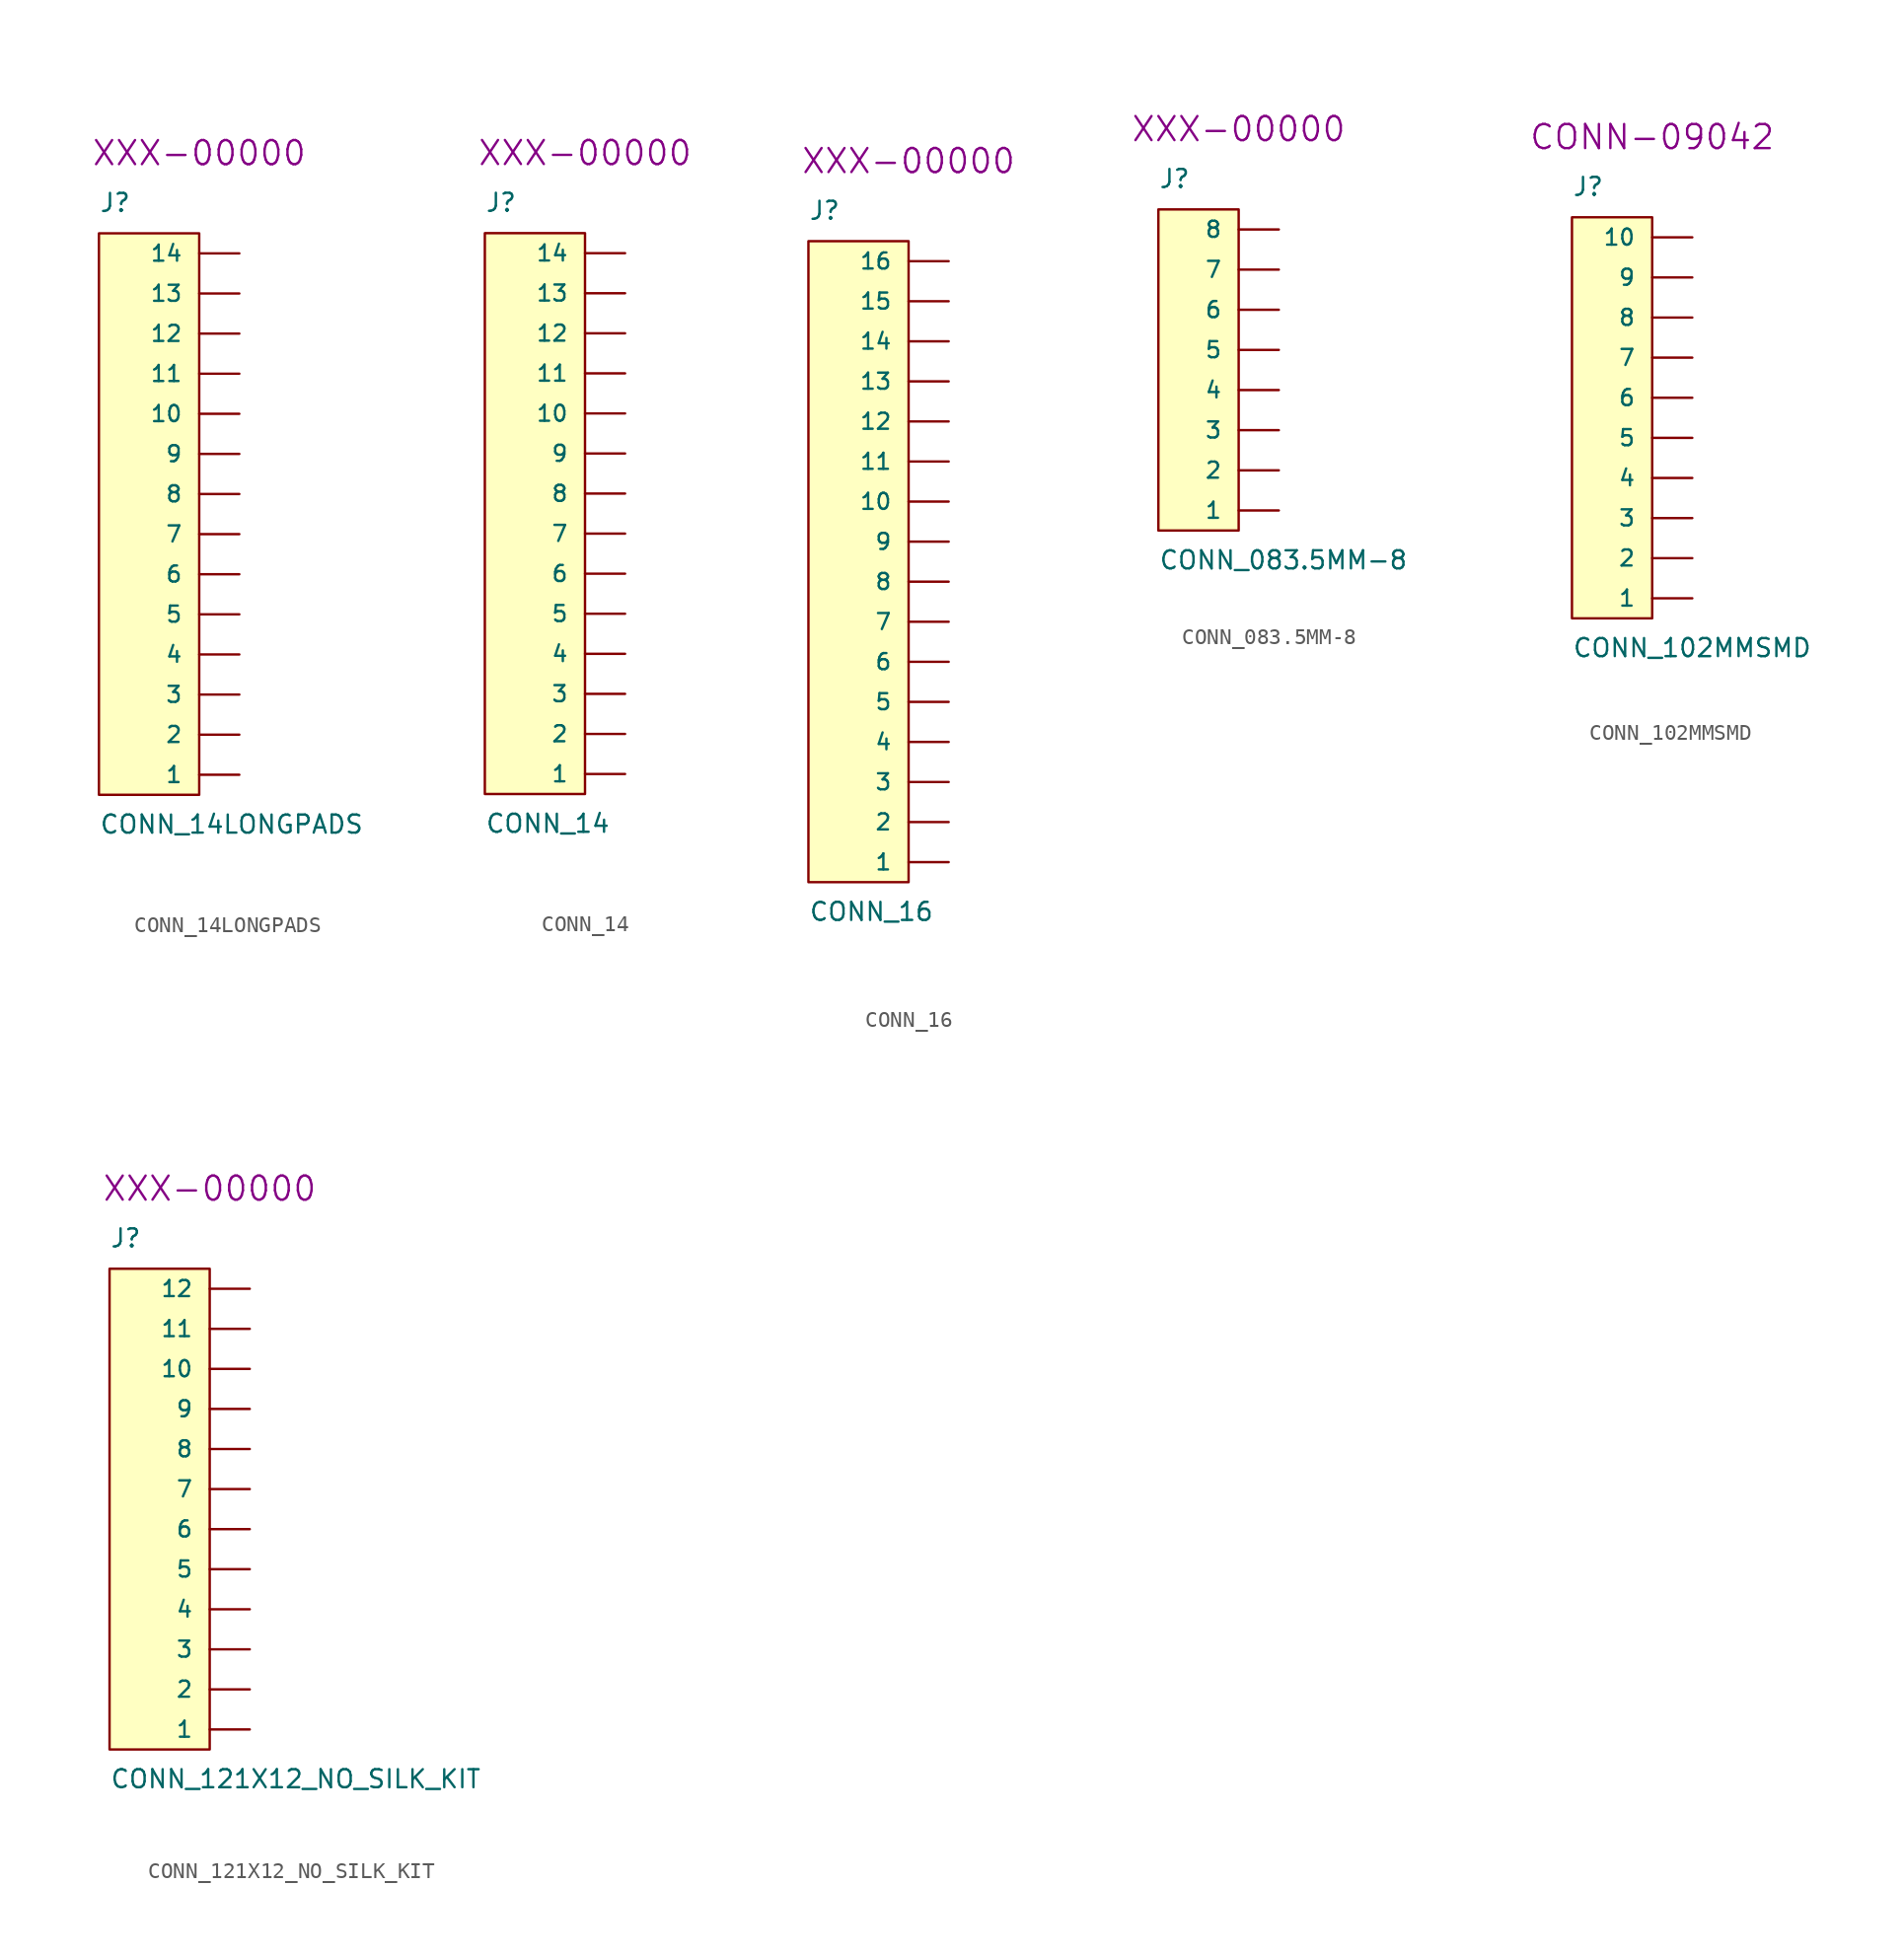
<source format=kicad_sym>
(kicad_symbol_lib
  (version 20201005)
  (generator kicad_symbol_editor)
  (symbol "CONN_14LONGPADS"
    (pin_numbers hide)
    (pin_names
      (offset 1.016))
    (property "Reference" "J"
      (at -6.35 35.56 0)
      (effects (font (size 1.143 1.143)) (justify left bottom)))
    (property "Value" "CONN_14LONGPADS"
      (at -6.35 -3.81 0)
      (effects (font (size 1.143 1.143)) (justify left bottom)))
    (property "Field4" "XXX-00000"
      (at 0 39.37 0)
      (effects (font (size 1.524 1.524))))
    (property "ki_locked" ""
      (at 0 0 0)
      (effects (font (size 1.27 1.27))))
    (symbol "CONN_14LONGPADS_0_1"
      (rectangle (start 0 -1.27) (end -6.35 34.29) (stroke (width 0)) (fill (type background))))
    (symbol "CONN_14LONGPADS_1_1"
      (pin passive line (at 2.54 0 180) (length 2.54) (name "1" (effects (font (size 1.016 1.016)))) (number "1" (effects (font (size 1.016 1.016)))))
      (pin passive line (at 2.54 2.54 180) (length 2.54) (name "2" (effects (font (size 1.016 1.016)))) (number "2" (effects (font (size 1.016 1.016)))))
      (pin passive line (at 2.54 5.08 180) (length 2.54) (name "3" (effects (font (size 1.016 1.016)))) (number "3" (effects (font (size 1.016 1.016)))))
      (pin passive line (at 2.54 7.62 180) (length 2.54) (name "4" (effects (font (size 1.016 1.016)))) (number "4" (effects (font (size 1.016 1.016)))))
      (pin passive line (at 2.54 10.16 180) (length 2.54) (name "5" (effects (font (size 1.016 1.016)))) (number "5" (effects (font (size 1.016 1.016)))))
      (pin passive line (at 2.54 12.7 180) (length 2.54) (name "6" (effects (font (size 1.016 1.016)))) (number "6" (effects (font (size 1.016 1.016)))))
      (pin passive line (at 2.54 15.24 180) (length 2.54) (name "7" (effects (font (size 1.016 1.016)))) (number "7" (effects (font (size 1.016 1.016)))))
      (pin passive line (at 2.54 17.78 180) (length 2.54) (name "8" (effects (font (size 1.016 1.016)))) (number "8" (effects (font (size 1.016 1.016)))))
      (pin passive line (at 2.54 20.32 180) (length 2.54) (name "9" (effects (font (size 1.016 1.016)))) (number "9" (effects (font (size 1.016 1.016)))))
      (pin passive line (at 2.54 22.86 180) (length 2.54) (name "10" (effects (font (size 1.016 1.016)))) (number "10" (effects (font (size 1.016 1.016)))))
      (pin passive line (at 2.54 25.4 180) (length 2.54) (name "11" (effects (font (size 1.016 1.016)))) (number "11" (effects (font (size 1.016 1.016)))))
      (pin passive line (at 2.54 27.94 180) (length 2.54) (name "12" (effects (font (size 1.016 1.016)))) (number "12" (effects (font (size 1.016 1.016)))))
      (pin passive line (at 2.54 30.48 180) (length 2.54) (name "13" (effects (font (size 1.016 1.016)))) (number "13" (effects (font (size 1.016 1.016)))))
      (pin passive line (at 2.54 33.02 180) (length 2.54) (name "14" (effects (font (size 1.016 1.016)))) (number "14" (effects (font (size 1.016 1.016)))))))
  (symbol "CONN_14"
    (pin_numbers hide)
    (pin_names
      (offset 1.016))
    (property "Reference" "J"
      (at -6.35 35.56 0)
      (effects (font (size 1.143 1.143)) (justify left bottom)))
    (property "Value" "CONN_14"
      (at -6.35 -3.81 0)
      (effects (font (size 1.143 1.143)) (justify left bottom)))
    (property "Field4" "XXX-00000"
      (at 0 39.37 0)
      (effects (font (size 1.524 1.524))))
    (property "ki_locked" ""
      (at 0 0 0)
      (effects (font (size 1.27 1.27))))
    (symbol "CONN_14_0_1"
      (rectangle (start 0 -1.27) (end -6.35 34.29) (stroke (width 0)) (fill (type background))))
    (symbol "CONN_14_1_1"
      (pin passive line (at 2.54 0 180) (length 2.54) (name "1" (effects (font (size 1.016 1.016)))) (number "1" (effects (font (size 1.016 1.016)))))
      (pin passive line (at 2.54 2.54 180) (length 2.54) (name "2" (effects (font (size 1.016 1.016)))) (number "2" (effects (font (size 1.016 1.016)))))
      (pin passive line (at 2.54 5.08 180) (length 2.54) (name "3" (effects (font (size 1.016 1.016)))) (number "3" (effects (font (size 1.016 1.016)))))
      (pin passive line (at 2.54 7.62 180) (length 2.54) (name "4" (effects (font (size 1.016 1.016)))) (number "4" (effects (font (size 1.016 1.016)))))
      (pin passive line (at 2.54 10.16 180) (length 2.54) (name "5" (effects (font (size 1.016 1.016)))) (number "5" (effects (font (size 1.016 1.016)))))
      (pin passive line (at 2.54 12.7 180) (length 2.54) (name "6" (effects (font (size 1.016 1.016)))) (number "6" (effects (font (size 1.016 1.016)))))
      (pin passive line (at 2.54 15.24 180) (length 2.54) (name "7" (effects (font (size 1.016 1.016)))) (number "7" (effects (font (size 1.016 1.016)))))
      (pin passive line (at 2.54 17.78 180) (length 2.54) (name "8" (effects (font (size 1.016 1.016)))) (number "8" (effects (font (size 1.016 1.016)))))
      (pin passive line (at 2.54 20.32 180) (length 2.54) (name "9" (effects (font (size 1.016 1.016)))) (number "9" (effects (font (size 1.016 1.016)))))
      (pin passive line (at 2.54 22.86 180) (length 2.54) (name "10" (effects (font (size 1.016 1.016)))) (number "10" (effects (font (size 1.016 1.016)))))
      (pin passive line (at 2.54 25.4 180) (length 2.54) (name "11" (effects (font (size 1.016 1.016)))) (number "11" (effects (font (size 1.016 1.016)))))
      (pin passive line (at 2.54 27.94 180) (length 2.54) (name "12" (effects (font (size 1.016 1.016)))) (number "12" (effects (font (size 1.016 1.016)))))
      (pin passive line (at 2.54 30.48 180) (length 2.54) (name "13" (effects (font (size 1.016 1.016)))) (number "13" (effects (font (size 1.016 1.016)))))
      (pin passive line (at 2.54 33.02 180) (length 2.54) (name "14" (effects (font (size 1.016 1.016)))) (number "14" (effects (font (size 1.016 1.016)))))))
  (symbol "CONN_16"
    (pin_numbers hide)
    (pin_names
      (offset 1.016))
    (property "Reference" "J"
      (at -6.35 40.64 0)
      (effects (font (size 1.143 1.143)) (justify left bottom)))
    (property "Value" "CONN_16"
      (at -6.35 -3.81 0)
      (effects (font (size 1.143 1.143)) (justify left bottom)))
    (property "Field4" "XXX-00000"
      (at 0 44.45 0)
      (effects (font (size 1.524 1.524))))
    (property "ki_locked" ""
      (at 0 0 0)
      (effects (font (size 1.27 1.27))))
    (symbol "CONN_16_0_1"
      (rectangle (start 0 -1.27) (end -6.35 39.37) (stroke (width 0)) (fill (type background))))
    (symbol "CONN_16_1_1"
      (pin passive line (at 2.54 0 180) (length 2.54) (name "1" (effects (font (size 1.016 1.016)))) (number "1" (effects (font (size 1.016 1.016)))))
      (pin passive line (at 2.54 2.54 180) (length 2.54) (name "2" (effects (font (size 1.016 1.016)))) (number "2" (effects (font (size 1.016 1.016)))))
      (pin passive line (at 2.54 5.08 180) (length 2.54) (name "3" (effects (font (size 1.016 1.016)))) (number "3" (effects (font (size 1.016 1.016)))))
      (pin passive line (at 2.54 7.62 180) (length 2.54) (name "4" (effects (font (size 1.016 1.016)))) (number "4" (effects (font (size 1.016 1.016)))))
      (pin passive line (at 2.54 10.16 180) (length 2.54) (name "5" (effects (font (size 1.016 1.016)))) (number "5" (effects (font (size 1.016 1.016)))))
      (pin passive line (at 2.54 12.7 180) (length 2.54) (name "6" (effects (font (size 1.016 1.016)))) (number "6" (effects (font (size 1.016 1.016)))))
      (pin passive line (at 2.54 15.24 180) (length 2.54) (name "7" (effects (font (size 1.016 1.016)))) (number "7" (effects (font (size 1.016 1.016)))))
      (pin passive line (at 2.54 17.78 180) (length 2.54) (name "8" (effects (font (size 1.016 1.016)))) (number "8" (effects (font (size 1.016 1.016)))))
      (pin passive line (at 2.54 20.32 180) (length 2.54) (name "9" (effects (font (size 1.016 1.016)))) (number "9" (effects (font (size 1.016 1.016)))))
      (pin passive line (at 2.54 22.86 180) (length 2.54) (name "10" (effects (font (size 1.016 1.016)))) (number "10" (effects (font (size 1.016 1.016)))))
      (pin passive line (at 2.54 25.4 180) (length 2.54) (name "11" (effects (font (size 1.016 1.016)))) (number "11" (effects (font (size 1.016 1.016)))))
      (pin passive line (at 2.54 27.94 180) (length 2.54) (name "12" (effects (font (size 1.016 1.016)))) (number "12" (effects (font (size 1.016 1.016)))))
      (pin passive line (at 2.54 30.48 180) (length 2.54) (name "13" (effects (font (size 1.016 1.016)))) (number "13" (effects (font (size 1.016 1.016)))))
      (pin passive line (at 2.54 33.02 180) (length 2.54) (name "14" (effects (font (size 1.016 1.016)))) (number "14" (effects (font (size 1.016 1.016)))))
      (pin passive line (at 2.54 35.56 180) (length 2.54) (name "15" (effects (font (size 1.016 1.016)))) (number "15" (effects (font (size 1.016 1.016)))))
      (pin passive line (at 2.54 38.1 180) (length 2.54) (name "16" (effects (font (size 1.016 1.016)))) (number "16" (effects (font (size 1.016 1.016)))))))
  (symbol "CONN_083.5MM-8"
    (pin_numbers hide)
    (pin_names
      (offset 1.016))
    (property "Reference" "J"
      (at -5.08 20.32 0)
      (effects (font (size 1.143 1.143)) (justify left bottom)))
    (property "Value" "CONN_083.5MM-8"
      (at -5.08 -3.81 0)
      (effects (font (size 1.143 1.143)) (justify left bottom)))
    (property "Field4" "XXX-00000"
      (at 0 24.13 0)
      (effects (font (size 1.524 1.524))))
    (property "ki_locked" ""
      (at 0 0 0)
      (effects (font (size 1.27 1.27))))
    (symbol "CONN_083.5MM-8_0_1"
      (rectangle (start 0 -1.27) (end -5.08 19.05) (stroke (width 0)) (fill (type background))))
    (symbol "CONN_083.5MM-8_1_1"
      (pin passive line (at 2.54 0 180) (length 2.54) (name "1" (effects (font (size 1.016 1.016)))) (number "1" (effects (font (size 1.016 1.016)))))
      (pin passive line (at 2.54 2.54 180) (length 2.54) (name "2" (effects (font (size 1.016 1.016)))) (number "2" (effects (font (size 1.016 1.016)))))
      (pin passive line (at 2.54 5.08 180) (length 2.54) (name "3" (effects (font (size 1.016 1.016)))) (number "3" (effects (font (size 1.016 1.016)))))
      (pin passive line (at 2.54 7.62 180) (length 2.54) (name "4" (effects (font (size 1.016 1.016)))) (number "4" (effects (font (size 1.016 1.016)))))
      (pin passive line (at 2.54 10.16 180) (length 2.54) (name "5" (effects (font (size 1.016 1.016)))) (number "5" (effects (font (size 1.016 1.016)))))
      (pin passive line (at 2.54 12.7 180) (length 2.54) (name "6" (effects (font (size 1.016 1.016)))) (number "6" (effects (font (size 1.016 1.016)))))
      (pin passive line (at 2.54 15.24 180) (length 2.54) (name "7" (effects (font (size 1.016 1.016)))) (number "7" (effects (font (size 1.016 1.016)))))
      (pin passive line (at 2.54 17.78 180) (length 2.54) (name "8" (effects (font (size 1.016 1.016)))) (number "8" (effects (font (size 1.016 1.016)))))))
  (symbol "CONN_102MMSMD"
    (pin_numbers hide)
    (pin_names
      (offset 1.016))
    (property "Reference" "J"
      (at -5.08 25.4 0)
      (effects (font (size 1.143 1.143)) (justify left bottom)))
    (property "Value" "CONN_102MMSMD"
      (at -5.08 -3.81 0)
      (effects (font (size 1.143 1.143)) (justify left bottom)))
    (property "Field4" "CONN-09042"
      (at 0 29.21 0)
      (effects (font (size 1.524 1.524))))
    (property "ki_locked" ""
      (at 0 0 0)
      (effects (font (size 1.27 1.27))))
    (symbol "CONN_102MMSMD_0_1"
      (rectangle (start 0 -1.27) (end -5.08 24.13) (stroke (width 0)) (fill (type background))))
    (symbol "CONN_102MMSMD_1_1"
      (pin passive line (at 2.54 0 180) (length 2.54) (name "1" (effects (font (size 1.016 1.016)))) (number "1" (effects (font (size 1.016 1.016)))))
      (pin passive line (at 2.54 2.54 180) (length 2.54) (name "2" (effects (font (size 1.016 1.016)))) (number "2" (effects (font (size 1.016 1.016)))))
      (pin passive line (at 2.54 5.08 180) (length 2.54) (name "3" (effects (font (size 1.016 1.016)))) (number "3" (effects (font (size 1.016 1.016)))))
      (pin passive line (at 2.54 7.62 180) (length 2.54) (name "4" (effects (font (size 1.016 1.016)))) (number "4" (effects (font (size 1.016 1.016)))))
      (pin passive line (at 2.54 10.16 180) (length 2.54) (name "5" (effects (font (size 1.016 1.016)))) (number "5" (effects (font (size 1.016 1.016)))))
      (pin passive line (at 2.54 12.7 180) (length 2.54) (name "6" (effects (font (size 1.016 1.016)))) (number "6" (effects (font (size 1.016 1.016)))))
      (pin passive line (at 2.54 15.24 180) (length 2.54) (name "7" (effects (font (size 1.016 1.016)))) (number "7" (effects (font (size 1.016 1.016)))))
      (pin passive line (at 2.54 17.78 180) (length 2.54) (name "8" (effects (font (size 1.016 1.016)))) (number "8" (effects (font (size 1.016 1.016)))))
      (pin passive line (at 2.54 20.32 180) (length 2.54) (name "9" (effects (font (size 1.016 1.016)))) (number "9" (effects (font (size 1.016 1.016)))))
      (pin passive line (at 2.54 22.86 180) (length 2.54) (name "10" (effects (font (size 1.016 1.016)))) (number "10" (effects (font (size 1.016 1.016)))))))
  (symbol "CONN_121X12_NO_SILK_KIT"
    (pin_numbers hide)
    (pin_names
      (offset 1.016))
    (property "Reference" "J"
      (at -6.35 30.48 0)
      (effects (font (size 1.143 1.143)) (justify left bottom)))
    (property "Value" "CONN_121X12_NO_SILK_KIT"
      (at -6.35 -3.81 0)
      (effects (font (size 1.143 1.143)) (justify left bottom)))
    (property "Field4" "XXX-00000"
      (at 0 34.29 0)
      (effects (font (size 1.524 1.524))))
    (property "ki_locked" ""
      (at 0 0 0)
      (effects (font (size 1.27 1.27))))
    (symbol "CONN_121X12_NO_SILK_KIT_0_1"
      (rectangle (start 0 -1.27) (end -6.35 29.21) (stroke (width 0)) (fill (type background))))
    (symbol "CONN_121X12_NO_SILK_KIT_1_1"
      (pin passive line (at 2.54 0 180) (length 2.54) (name "1" (effects (font (size 1.016 1.016)))) (number "1" (effects (font (size 1.016 1.016)))))
      (pin passive line (at 2.54 2.54 180) (length 2.54) (name "2" (effects (font (size 1.016 1.016)))) (number "2" (effects (font (size 1.016 1.016)))))
      (pin passive line (at 2.54 5.08 180) (length 2.54) (name "3" (effects (font (size 1.016 1.016)))) (number "3" (effects (font (size 1.016 1.016)))))
      (pin passive line (at 2.54 7.62 180) (length 2.54) (name "4" (effects (font (size 1.016 1.016)))) (number "4" (effects (font (size 1.016 1.016)))))
      (pin passive line (at 2.54 10.16 180) (length 2.54) (name "5" (effects (font (size 1.016 1.016)))) (number "5" (effects (font (size 1.016 1.016)))))
      (pin passive line (at 2.54 12.7 180) (length 2.54) (name "6" (effects (font (size 1.016 1.016)))) (number "6" (effects (font (size 1.016 1.016)))))
      (pin passive line (at 2.54 15.24 180) (length 2.54) (name "7" (effects (font (size 1.016 1.016)))) (number "7" (effects (font (size 1.016 1.016)))))
      (pin passive line (at 2.54 17.78 180) (length 2.54) (name "8" (effects (font (size 1.016 1.016)))) (number "8" (effects (font (size 1.016 1.016)))))
      (pin passive line (at 2.54 20.32 180) (length 2.54) (name "9" (effects (font (size 1.016 1.016)))) (number "9" (effects (font (size 1.016 1.016)))))
      (pin passive line (at 2.54 22.86 180) (length 2.54) (name "10" (effects (font (size 1.016 1.016)))) (number "10" (effects (font (size 1.016 1.016)))))
      (pin passive line (at 2.54 25.4 180) (length 2.54) (name "11" (effects (font (size 1.016 1.016)))) (number "11" (effects (font (size 1.016 1.016)))))
      (pin passive line (at 2.54 27.94 180) (length 2.54) (name "12" (effects (font (size 1.016 1.016)))) (number "12" (effects (font (size 1.016 1.016))))))))
</source>
